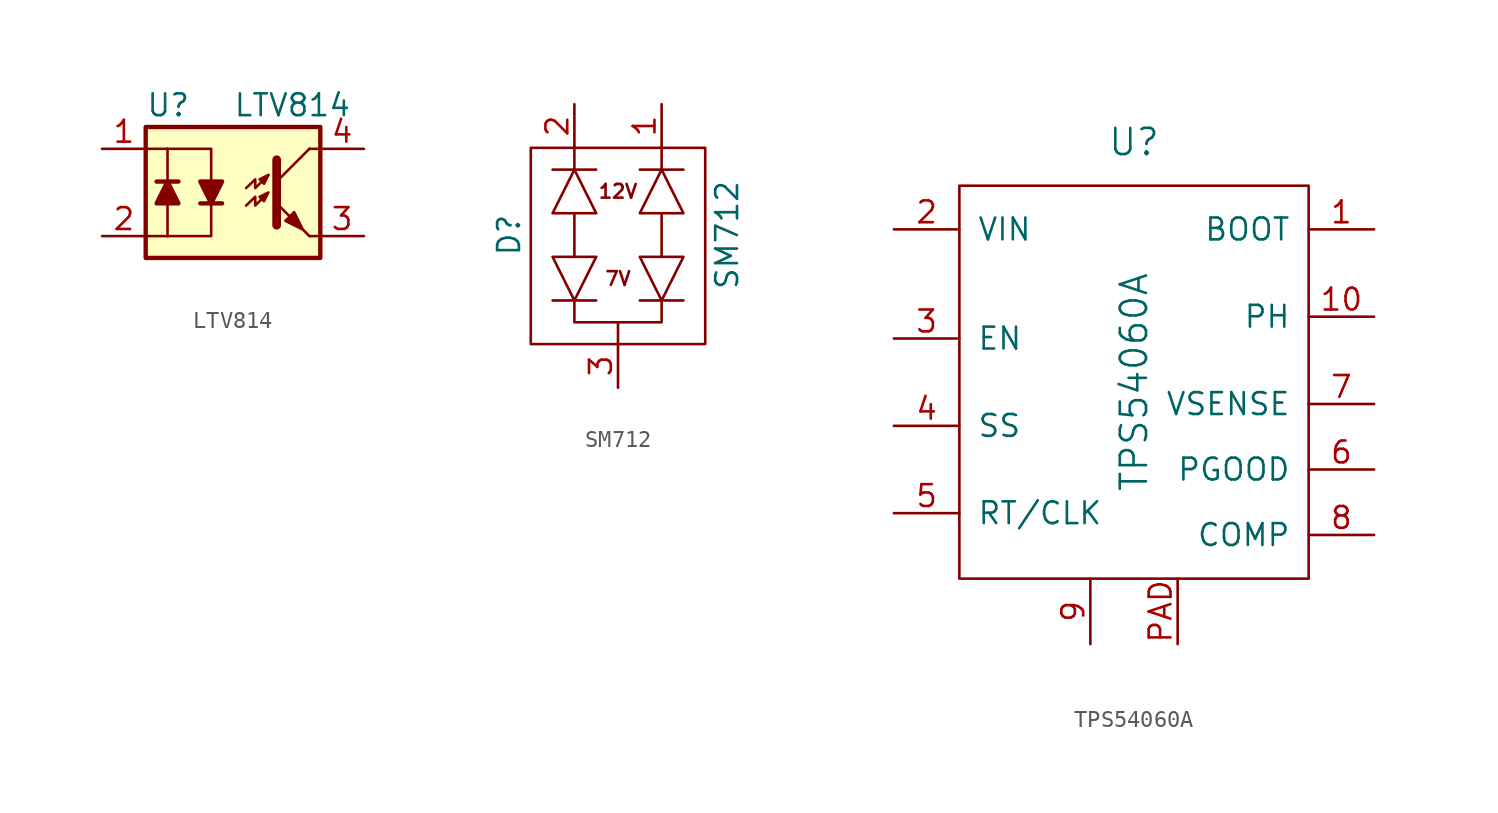
<source format=kicad_sym>
(kicad_symbol_lib
  (version 20211014)
  (generator kicad_symbol_editor)
  (symbol "LTV814"
    (pin_names
      (offset 1.016))
    (property "Reference" "U"
      (at -5.08 5.08 0)
      (effects (font (size 1.27 1.27)) (justify left)))
    (property "Value" "LTV814"
      (at 0 5.08 0)
      (effects (font (size 1.27 1.27)) (justify left)))
    (property "Footprint" ""
      (at -5.08 -5.08 0)
      (effects (font (size 1.27 1.27) italic) (justify left)))
    (property "Datasheet" ""
      (at 1.27 0 0)
      (effects (font (size 1.27 1.27)) (justify left)))
    (symbol "LTV814_0_1"
      (rectangle (start -5.08 2.54) (end -3.81 2.54) (stroke (width 0) (type default) (color 0 0 0 0)) (fill (type none)))
      (rectangle (start -5.08 3.81) (end 5.08 -3.81) (stroke (width 0.254) (type default) (color 0 0 0 0)) (fill (type background)))
      (rectangle (start -3.81 -2.54) (end -5.08 -2.54) (stroke (width 0) (type default) (color 0 0 0 0)) (fill (type none)))
      (rectangle (start -3.81 0) (end -3.81 -2.54) (stroke (width 0) (type default) (color 0 0 0 0)) (fill (type none)))
      (rectangle (start -3.81 0) (end -3.81 2.54) (stroke (width 0) (type default) (color 0 0 0 0)) (fill (type none)))
      (polyline (pts (xy -1.905 -0.635) (xy -0.635 -0.635)) (stroke (width 0.254) (type default) (color 0 0 0 0)) (fill (type none)))
      (polyline (pts (xy 2.54 0.635) (xy 4.445 2.54)) (stroke (width 0) (type default) (color 0 0 0 0)) (fill (type none)))
      (polyline (pts (xy 4.445 -2.54) (xy 2.54 -0.635)) (stroke (width 0) (type default) (color 0 0 0 0)) (fill (type outline)))
      (polyline (pts (xy 4.445 -2.54) (xy 5.08 -2.54)) (stroke (width 0) (type default) (color 0 0 0 0)) (fill (type none)))
      (polyline (pts (xy 4.445 2.54) (xy 5.08 2.54)) (stroke (width 0) (type default) (color 0 0 0 0)) (fill (type none)))
      (polyline (pts (xy -3.81 2.54) (xy -1.27 2.54) (xy -1.27 0.635)) (stroke (width 0) (type default) (color 0 0 0 0)) (fill (type none)))
      (polyline (pts (xy -1.27 -0.635) (xy -1.27 -2.54) (xy -3.81 -2.54)) (stroke (width 0) (type default) (color 0 0 0 0)) (fill (type none)))
      (polyline (pts (xy 2.54 1.905) (xy 2.54 -1.905) (xy 2.54 -1.905)) (stroke (width 0.508) (type default) (color 0 0 0 0)) (fill (type none)))
      (polyline (pts (xy -1.27 -0.635) (xy -1.905 0.635) (xy -0.635 0.635) (xy -1.27 -0.635)) (stroke (width 0.254) (type default) (color 0 0 0 0)) (fill (type outline)))
      (polyline (pts (xy 0.762 0.254) (xy 1.295 0.762) (xy 1.295 0.254) (xy 2.057 1.016)) (stroke (width 0) (type default) (color 0 0 0 0)) (fill (type none)))
      (polyline (pts (xy 2.057 1.016) (xy 1.549 0.762) (xy 1.803 0.508) (xy 2.057 1.016)) (stroke (width 0) (type default) (color 0 0 0 0)) (fill (type none)))
      (polyline (pts (xy 3.048 -1.651) (xy 3.556 -1.143) (xy 4.064 -2.159) (xy 3.048 -1.651) (xy 3.048 -1.651)) (stroke (width 0) (type default) (color 0 0 0 0)) (fill (type outline)))
      (polyline (pts (xy 0.762 -0.762) (xy 1.295 -0.254) (xy 1.295 -0.762) (xy 2.057 0) (xy 1.549 -0.254) (xy 1.803 -0.508) (xy 2.057 0)) (stroke (width 0) (type default) (color 0 0 0 0)) (fill (type none))))
    (symbol "LTV814_1_1"
      (polyline (pts (xy -3.175 0.635) (xy -4.445 0.635)) (stroke (width 0.254) (type default) (color 0 0 0 0)) (fill (type none)))
      (polyline (pts (xy -3.81 0.635) (xy -3.175 -0.635) (xy -4.445 -0.635) (xy -3.81 0.635)) (stroke (width 0.254) (type default) (color 0 0 0 0)) (fill (type outline)))
      (pin passive line (at -7.62 2.54 0) (length 2.54) (name "~" (effects (font (size 1.27 1.27)))) (number "1" (effects (font (size 1.27 1.27)))))
      (pin passive line (at -7.62 -2.54 0) (length 2.54) (name "~" (effects (font (size 1.27 1.27)))) (number "2" (effects (font (size 1.27 1.27)))))
      (pin passive line (at 7.62 -2.54 180) (length 2.54) (name "~" (effects (font (size 1.27 1.27)))) (number "3" (effects (font (size 1.27 1.27)))))
      (pin passive line (at 7.62 2.54 180) (length 2.54) (name "~" (effects (font (size 1.27 1.27)))) (number "4" (effects (font (size 1.27 1.27)))))))
  (symbol "SM712"
    (property "Reference" "D"
      (at -6.35 0 90)
      (effects (font (size 1.27 1.27))))
    (property "Value" "SM712"
      (at 6.35 0 90)
      (effects (font (size 1.27 1.27))))
    (symbol "SM712_0_0"
      (text "12V" (at 0 2.54 0) (effects (font (size 0.8 0.8))))
      (text "7V" (at 0 -2.54 0) (effects (font (size 0.8 0.8)))))
    (symbol "SM712_0_1"
      (rectangle (start -5.08 5.08) (end 5.08 -6.35) (stroke (width 0) (type default) (color 0 0 0 0)) (fill (type none)))
      (polyline (pts (xy -3.81 -3.81) (xy -1.27 -3.81)) (stroke (width 0) (type default) (color 0 0 0 0)) (fill (type none)))
      (polyline (pts (xy -3.81 3.81) (xy -1.27 3.81)) (stroke (width 0) (type default) (color 0 0 0 0)) (fill (type none)))
      (polyline (pts (xy -2.54 1.27) (xy -2.54 -1.27)) (stroke (width 0) (type default) (color 0 0 0 0)) (fill (type none)))
      (polyline (pts (xy -2.54 3.81) (xy -2.54 5.08)) (stroke (width 0) (type default) (color 0 0 0 0)) (fill (type none)))
      (polyline (pts (xy 0 -6.35) (xy 0 -5.08)) (stroke (width 0) (type default) (color 0 0 0 0)) (fill (type none)))
      (polyline (pts (xy 1.27 -3.81) (xy 3.81 -3.81)) (stroke (width 0) (type default) (color 0 0 0 0)) (fill (type none)))
      (polyline (pts (xy 1.27 3.81) (xy 3.81 3.81)) (stroke (width 0) (type default) (color 0 0 0 0)) (fill (type none)))
      (polyline (pts (xy 2.54 1.27) (xy 2.54 -1.27)) (stroke (width 0) (type default) (color 0 0 0 0)) (fill (type none)))
      (polyline (pts (xy 2.54 3.81) (xy 2.54 5.08)) (stroke (width 0) (type default) (color 0 0 0 0)) (fill (type none)))
      (polyline (pts (xy -3.81 1.27) (xy -2.54 3.81) (xy -1.27 1.27) (xy -3.81 1.27)) (stroke (width 0) (type default) (color 0 0 0 0)) (fill (type none)))
      (polyline (pts (xy -2.54 -3.81) (xy -2.54 -5.08) (xy 2.54 -5.08) (xy 2.54 -3.81)) (stroke (width 0) (type default) (color 0 0 0 0)) (fill (type none)))
      (polyline (pts (xy -1.27 -1.27) (xy -2.54 -3.81) (xy -3.81 -1.27) (xy -1.27 -1.27)) (stroke (width 0) (type default) (color 0 0 0 0)) (fill (type none)))
      (polyline (pts (xy 1.27 1.27) (xy 2.54 3.81) (xy 3.81 1.27) (xy 1.27 1.27)) (stroke (width 0) (type default) (color 0 0 0 0)) (fill (type none)))
      (polyline (pts (xy 3.81 -1.27) (xy 2.54 -3.81) (xy 1.27 -1.27) (xy 3.81 -1.27)) (stroke (width 0) (type default) (color 0 0 0 0)) (fill (type none))))
    (symbol "SM712_1_1"
      (pin input line (at 2.54 7.62 270) (length 2.54) (name "~" (effects (font (size 1.27 1.27)))) (number "1" (effects (font (size 1.27 1.27)))))
      (pin input line (at -2.54 7.62 270) (length 2.54) (name "~" (effects (font (size 1.27 1.27)))) (number "2" (effects (font (size 1.27 1.27)))))
      (pin power_in line (at 0 -8.89 90) (length 2.54) (name "~" (effects (font (size 1.27 1.27)))) (number "3" (effects (font (size 1.27 1.27)))))))
  (symbol "TPS54060A"
    (pin_names
      (offset 1.016))
    (property "Reference" "U"
      (at 0 13.97 0)
      (effects (font (size 1.524 1.524))))
    (property "Value" "TPS54060A"
      (at 0 0 90)
      (effects (font (size 1.524 1.524))))
    (property "Footprint" ""
      (at 0 -1.27 0)
      (effects (font (size 1.524 1.524))))
    (property "Datasheet" ""
      (at 0 -1.27 0)
      (effects (font (size 1.524 1.524))))
    (symbol "TPS54060A_0_1"
      (rectangle (start 10.16 11.43) (end -10.16 -11.43) (stroke (width 0) (type default) (color 0 0 0 0)) (fill (type none))))
    (symbol "TPS54060A_1_1"
      (pin input line (at 13.97 8.89 180) (length 3.81) (name "BOOT" (effects (font (size 1.27 1.27)))) (number "1" (effects (font (size 1.27 1.27)))))
      (pin power_out line (at 13.97 3.81 180) (length 3.81) (name "PH" (effects (font (size 1.27 1.27)))) (number "10" (effects (font (size 1.27 1.27)))))
      (pin power_in line (at -13.97 8.89 0) (length 3.81) (name "VIN" (effects (font (size 1.27 1.27)))) (number "2" (effects (font (size 1.27 1.27)))))
      (pin input line (at -13.97 2.54 0) (length 3.81) (name "EN" (effects (font (size 1.27 1.27)))) (number "3" (effects (font (size 1.27 1.27)))))
      (pin input line (at -13.97 -2.54 0) (length 3.81) (name "SS" (effects (font (size 1.27 1.27)))) (number "4" (effects (font (size 1.27 1.27)))))
      (pin input line (at -13.97 -7.62 0) (length 3.81) (name "RT/CLK" (effects (font (size 1.27 1.27)))) (number "5" (effects (font (size 1.27 1.27)))))
      (pin output line (at 13.97 -5.08 180) (length 3.81) (name "PGOOD" (effects (font (size 1.27 1.27)))) (number "6" (effects (font (size 1.27 1.27)))))
      (pin input line (at 13.97 -1.27 180) (length 3.81) (name "VSENSE" (effects (font (size 1.27 1.27)))) (number "7" (effects (font (size 1.27 1.27)))))
      (pin input line (at 13.97 -8.89 180) (length 3.81) (name "COMP" (effects (font (size 1.27 1.27)))) (number "8" (effects (font (size 1.27 1.27)))))
      (pin power_in line (at -2.54 -15.24 90) (length 3.81) (name "~" (effects (font (size 1.27 1.27)))) (number "9" (effects (font (size 1.27 1.27)))))
      (pin power_in line (at 2.54 -15.24 90) (length 3.81) (name "~" (effects (font (size 1.27 1.27)))) (number "PAD" (effects (font (size 1.27 1.27))))))))
</source>
